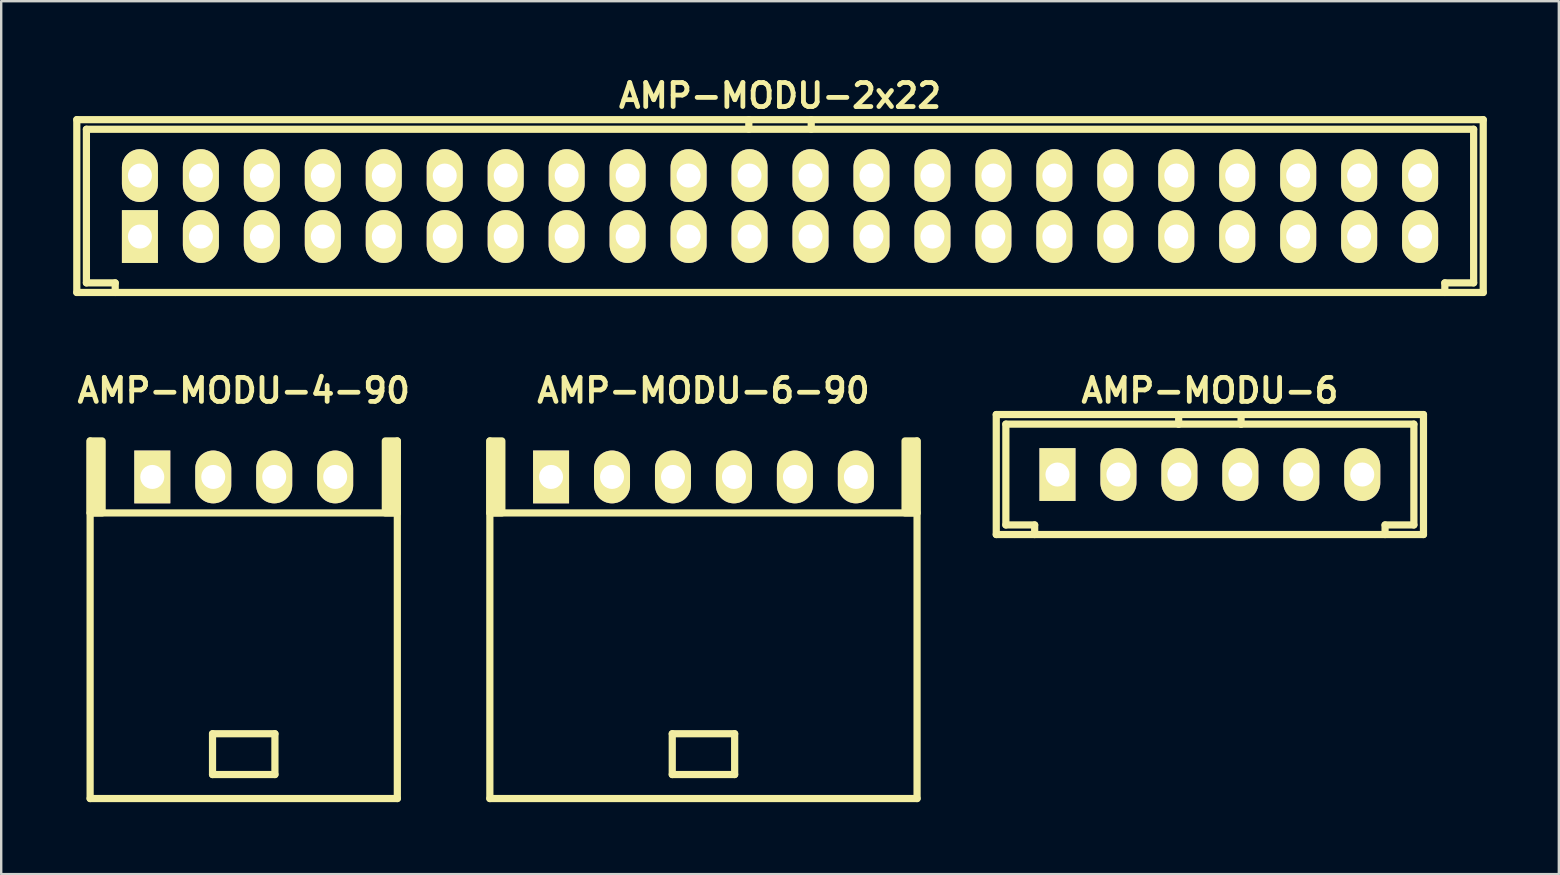
<source format=kicad_pcb>
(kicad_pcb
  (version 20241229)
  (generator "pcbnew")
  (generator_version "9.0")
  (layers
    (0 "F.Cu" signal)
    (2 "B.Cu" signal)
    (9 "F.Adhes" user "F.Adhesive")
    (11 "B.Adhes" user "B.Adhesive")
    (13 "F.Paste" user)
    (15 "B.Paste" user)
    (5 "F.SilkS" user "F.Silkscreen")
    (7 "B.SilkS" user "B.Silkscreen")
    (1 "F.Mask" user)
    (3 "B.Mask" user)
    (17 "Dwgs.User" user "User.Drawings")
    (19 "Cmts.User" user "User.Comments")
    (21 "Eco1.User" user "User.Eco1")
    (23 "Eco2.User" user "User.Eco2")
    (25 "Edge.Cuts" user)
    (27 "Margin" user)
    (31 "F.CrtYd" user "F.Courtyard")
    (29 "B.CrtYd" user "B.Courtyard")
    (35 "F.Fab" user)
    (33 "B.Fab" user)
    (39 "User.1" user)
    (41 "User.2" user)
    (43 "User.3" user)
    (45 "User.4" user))
  (footprint "AMP-MODU-6-90"
    (layer "F.Cu")
    (at 26.26 16.822)
    (property "Reference" "AMP-MODU-6-90" (at 0 -3.6 0) (layer "F.SilkS") (effects (font (size 1 1) (thickness 0.2))))
    (attr through_hole)
    (fp_line (start -8.9 -1.5) (end -8.9 13.4) (stroke (width 0.3) (type solid)) (layer "F.SilkS"))
    (fp_line (start -8.9 1.5) (end 8.9 1.5) (stroke (width 0.3) (type solid)) (layer "F.SilkS"))
    (fp_line (start -1.3 10.7) (end -1.3 12.4) (stroke (width 0.3) (type solid)) (layer "F.SilkS"))
    (fp_line (start -1.3 10.7) (end 1.3 10.7) (stroke (width 0.3) (type solid)) (layer "F.SilkS"))
    (fp_line (start -1.3 12.4) (end 1.3 12.4) (stroke (width 0.3) (type solid)) (layer "F.SilkS"))
    (fp_line (start 1.3 10.7) (end 1.3 12.4) (stroke (width 0.3) (type solid)) (layer "F.SilkS"))
    (fp_line (start 8.9 -1.5) (end 8.9 13.4) (stroke (width 0.3) (type solid)) (layer "F.SilkS"))
    (fp_line (start 8.9 13.4) (end -8.9 13.4) (stroke (width 0.3) (type solid)) (layer "F.SilkS"))
    (fp_poly (pts (xy -8.4 1.5) (xy -8.9 1.5) (xy -8.9 -1.5) (xy -8.4 -1.5)) (stroke (width 0.3) (type solid)) (fill yes) (layer "F.SilkS"))
    (fp_poly (pts (xy 8.9 1.5) (xy 8.4 1.5) (xy 8.4 -1.5) (xy 8.9 -1.5)) (stroke (width 0.3) (type solid)) (fill yes) (layer "F.SilkS"))
    (pad "1" thru_hole rect (at -6.35 0) (size 1.5 2.2) (drill 1) (layers "*.Cu" "*.Mask" "F.SilkS"))
    (pad "2" thru_hole oval (at -3.81 0) (size 1.5 2.2) (drill 1) (layers "*.Cu" "*.Mask" "F.SilkS"))
    (pad "3" thru_hole oval (at -1.27 0) (size 1.5 2.2) (drill 1) (layers "*.Cu" "*.Mask" "F.SilkS"))
    (pad "4" thru_hole oval (at 1.27 0) (size 1.5 2.2) (drill 1) (layers "*.Cu" "*.Mask" "F.SilkS"))
    (pad "5" thru_hole oval (at 3.81 0) (size 1.5 2.2) (drill 1) (layers "*.Cu" "*.Mask" "F.SilkS"))
    (pad "6" thru_hole oval (at 6.35 0) (size 1.5 2.2) (drill 1) (layers "*.Cu" "*.Mask" "F.SilkS")))
  (footprint "AMP-MODU-4-90"
    (layer "F.Cu")
    (at 7.105 16.822)
    (property "Reference" "AMP-MODU-4-90" (at 0 -3.6 0) (layer "F.SilkS") (effects (font (size 1 1) (thickness 0.2))))
    (attr through_hole)
    (fp_line (start -6.4 -1.5) (end -6.4 13.4) (stroke (width 0.3) (type solid)) (layer "F.SilkS"))
    (fp_line (start -6.4 1.5) (end 6.4 1.5) (stroke (width 0.3) (type solid)) (layer "F.SilkS"))
    (fp_line (start -1.3 10.7) (end -1.3 12.4) (stroke (width 0.3) (type solid)) (layer "F.SilkS"))
    (fp_line (start -1.3 10.7) (end 1.3 10.7) (stroke (width 0.3) (type solid)) (layer "F.SilkS"))
    (fp_line (start -1.3 12.4) (end 1.3 12.4) (stroke (width 0.3) (type solid)) (layer "F.SilkS"))
    (fp_line (start 1.3 10.7) (end 1.3 12.4) (stroke (width 0.3) (type solid)) (layer "F.SilkS"))
    (fp_line (start 6.4 -1.5) (end 6.4 13.4) (stroke (width 0.3) (type solid)) (layer "F.SilkS"))
    (fp_line (start 6.4 13.4) (end -6.4 13.4) (stroke (width 0.3) (type solid)) (layer "F.SilkS"))
    (fp_poly (pts (xy -5.9 1.5) (xy -6.4 1.5) (xy -6.4 -1.5) (xy -5.9 -1.5)) (stroke (width 0.3) (type solid)) (fill yes) (layer "F.SilkS"))
    (fp_poly (pts (xy 6.4 1.5) (xy 5.9 1.5) (xy 5.9 -1.5) (xy 6.4 -1.5)) (stroke (width 0.3) (type solid)) (fill yes) (layer "F.SilkS"))
    (pad "1" thru_hole rect (at -3.81 0) (size 1.5 2.2) (drill 1) (layers "*.Cu" "*.Mask" "F.SilkS"))
    (pad "2" thru_hole oval (at -1.27 0) (size 1.5 2.2) (drill 1) (layers "*.Cu" "*.Mask" "F.SilkS"))
    (pad "3" thru_hole oval (at 1.27 0) (size 1.5 2.2) (drill 1) (layers "*.Cu" "*.Mask" "F.SilkS"))
    (pad "4" thru_hole oval (at 3.81 0) (size 1.5 2.2) (drill 1) (layers "*.Cu" "*.Mask" "F.SilkS")))
  (footprint "AMP-MODU-6"
    (layer "F.Cu")
    (at 47.36 16.722)
    (property "Reference" "AMP-MODU-6" (at 0 -3.5 0) (layer "F.SilkS") (effects (font (size 1 1) (thickness 0.2))))
    (attr through_hole)
    (fp_line (start -8.9 2.5) (end -8.9 -2.5) (stroke (width 0.3) (type solid)) (layer "F.SilkS"))
    (fp_line (start -8.5 -2.1) (end -8.5 2.1) (stroke (width 0.3) (type solid)) (layer "F.SilkS"))
    (fp_line (start -7.3 2.1) (end -8.5 2.1) (stroke (width 0.3) (type solid)) (layer "F.SilkS"))
    (fp_line (start -7.3 2.1) (end -7.3 2.5) (stroke (width 0.3) (type solid)) (layer "F.SilkS"))
    (fp_line (start -1.3 -2.1) (end -8.5 -2.1) (stroke (width 0.3) (type solid)) (layer "F.SilkS"))
    (fp_line (start -1.3 -2.1) (end -1.3 -2.5) (stroke (width 0.3) (type solid)) (layer "F.SilkS"))
    (fp_line (start -1.3 -2.1) (end 1.3 -2.1) (stroke (width 0.3) (type solid)) (layer "F.SilkS"))
    (fp_line (start 1.3 -2.5) (end 1.3 -2.1) (stroke (width 0.3) (type solid)) (layer "F.SilkS"))
    (fp_line (start 7.3 2.5) (end 7.3 2.1) (stroke (width 0.3) (type solid)) (layer "F.SilkS"))
    (fp_line (start 8.5 -2.1) (end 1.3 -2.1) (stroke (width 0.3) (type solid)) (layer "F.SilkS"))
    (fp_line (start 8.5 2.1) (end 7.3 2.1) (stroke (width 0.3) (type solid)) (layer "F.SilkS"))
    (fp_line (start 8.5 2.1) (end 8.5 -2.1) (stroke (width 0.3) (type solid)) (layer "F.SilkS"))
    (fp_line (start 8.9 -2.5) (end -8.9 -2.5) (stroke (width 0.3) (type solid)) (layer "F.SilkS"))
    (fp_line (start 8.9 -2.5) (end 8.9 2.5) (stroke (width 0.3) (type solid)) (layer "F.SilkS"))
    (fp_line (start 8.9 2.5) (end -8.9 2.5) (stroke (width 0.3) (type solid)) (layer "F.SilkS"))
    (pad "1" thru_hole rect (at -6.35 0) (size 1.5 2.2) (drill 1) (layers "*.Cu" "*.Mask" "F.SilkS"))
    (pad "2" thru_hole oval (at -3.81 0) (size 1.5 2.2) (drill 1) (layers "*.Cu" "*.Mask" "F.SilkS"))
    (pad "3" thru_hole oval (at -1.27 0) (size 1.5 2.2) (drill 1) (layers "*.Cu" "*.Mask" "F.SilkS"))
    (pad "4" thru_hole oval (at 1.27 0) (size 1.5 2.2) (drill 1) (layers "*.Cu" "*.Mask" "F.SilkS"))
    (pad "5" thru_hole oval (at 3.81 0) (size 1.5 2.2) (drill 1) (layers "*.Cu" "*.Mask" "F.SilkS"))
    (pad "6" thru_hole oval (at 6.35 0) (size 1.5 2.2) (drill 1) (layers "*.Cu" "*.Mask" "F.SilkS")))
  (footprint "AMP-MODU-2x22"
    (layer "F.Cu")
    (at 29.45 5.536)
    (property "Reference" "AMP-MODU-2x22" (at 0 -4.6 0) (layer "F.SilkS") (effects (font (size 1 1) (thickness 0.2))))
    (attr through_hole)
    (fp_line (start -29.3 -3.6) (end 29.3 -3.6) (stroke (width 0.3) (type solid)) (layer "F.SilkS"))
    (fp_line (start -29.3 3.6) (end -29.3 -3.6) (stroke (width 0.3) (type solid)) (layer "F.SilkS"))
    (fp_line (start -28.9 -3.2) (end -28.9 3.2) (stroke (width 0.3) (type solid)) (layer "F.SilkS"))
    (fp_line (start -27.7 3.2) (end -28.9 3.2) (stroke (width 0.3) (type solid)) (layer "F.SilkS"))
    (fp_line (start -27.7 3.2) (end -27.7 3.6) (stroke (width 0.3) (type solid)) (layer "F.SilkS"))
    (fp_line (start -1.3 -3.2) (end -1.3 -3.6) (stroke (width 0.3) (type solid)) (layer "F.SilkS"))
    (fp_line (start 1.3 -3.6) (end 1.3 -3.2) (stroke (width 0.3) (type solid)) (layer "F.SilkS"))
    (fp_line (start 27.7 3.6) (end 27.7 3.2) (stroke (width 0.3) (type solid)) (layer "F.SilkS"))
    (fp_line (start 28.9 -3.2) (end -28.9 -3.2) (stroke (width 0.3) (type solid)) (layer "F.SilkS"))
    (fp_line (start 28.9 3.2) (end 27.7 3.2) (stroke (width 0.3) (type solid)) (layer "F.SilkS"))
    (fp_line (start 28.9 3.2) (end 28.9 -3.2) (stroke (width 0.3) (type solid)) (layer "F.SilkS"))
    (fp_line (start 29.3 -3.6) (end 29.3 3.6) (stroke (width 0.3) (type solid)) (layer "F.SilkS"))
    (fp_line (start 29.3 3.6) (end -29.3 3.6) (stroke (width 0.3) (type solid)) (layer "F.SilkS"))
    (pad "1" thru_hole rect (at -26.67 1.27) (size 1.5 2.2) (drill 1) (layers "*.Cu" "*.Mask" "F.SilkS"))
    (pad "2" thru_hole oval (at -26.67 -1.27) (size 1.5 2.2) (drill 1) (layers "*.Cu" "*.Mask" "F.SilkS"))
    (pad "3" thru_hole oval (at -24.13 1.27) (size 1.5 2.2) (drill 1) (layers "*.Cu" "*.Mask" "F.SilkS"))
    (pad "4" thru_hole oval (at -24.13 -1.27) (size 1.5 2.2) (drill 1) (layers "*.Cu" "*.Mask" "F.SilkS"))
    (pad "5" thru_hole oval (at -21.59 1.27) (size 1.5 2.2) (drill 1) (layers "*.Cu" "*.Mask" "F.SilkS"))
    (pad "6" thru_hole oval (at -21.59 -1.27) (size 1.5 2.2) (drill 1) (layers "*.Cu" "*.Mask" "F.SilkS"))
    (pad "7" thru_hole oval (at -19.05 1.27) (size 1.5 2.2) (drill 1) (layers "*.Cu" "*.Mask" "F.SilkS"))
    (pad "8" thru_hole oval (at -19.05 -1.27) (size 1.5 2.2) (drill 1) (layers "*.Cu" "*.Mask" "F.SilkS"))
    (pad "9" thru_hole oval (at -16.51 1.27) (size 1.5 2.2) (drill 1) (layers "*.Cu" "*.Mask" "F.SilkS"))
    (pad "10" thru_hole oval (at -16.51 -1.27) (size 1.5 2.2) (drill 1) (layers "*.Cu" "*.Mask" "F.SilkS"))
    (pad "11" thru_hole oval (at -13.97 1.27) (size 1.5 2.2) (drill 1) (layers "*.Cu" "*.Mask" "F.SilkS"))
    (pad "12" thru_hole oval (at -13.97 -1.27) (size 1.5 2.2) (drill 1) (layers "*.Cu" "*.Mask" "F.SilkS"))
    (pad "13" thru_hole oval (at -11.43 1.27) (size 1.5 2.2) (drill 1) (layers "*.Cu" "*.Mask" "F.SilkS"))
    (pad "14" thru_hole oval (at -11.43 -1.27) (size 1.5 2.2) (drill 1) (layers "*.Cu" "*.Mask" "F.SilkS"))
    (pad "15" thru_hole oval (at -8.89 1.27) (size 1.5 2.2) (drill 1) (layers "*.Cu" "*.Mask" "F.SilkS"))
    (pad "16" thru_hole oval (at -8.89 -1.27) (size 1.5 2.2) (drill 1) (layers "*.Cu" "*.Mask" "F.SilkS"))
    (pad "17" thru_hole oval (at -6.35 1.27) (size 1.5 2.2) (drill 1) (layers "*.Cu" "*.Mask" "F.SilkS"))
    (pad "18" thru_hole oval (at -6.35 -1.27) (size 1.5 2.2) (drill 1) (layers "*.Cu" "*.Mask" "F.SilkS"))
    (pad "19" thru_hole oval (at -3.81 1.27) (size 1.5 2.2) (drill 1) (layers "*.Cu" "*.Mask" "F.SilkS"))
    (pad "20" thru_hole oval (at -3.81 -1.27) (size 1.5 2.2) (drill 1) (layers "*.Cu" "*.Mask" "F.SilkS"))
    (pad "21" thru_hole oval (at -1.27 1.27) (size 1.5 2.2) (drill 1) (layers "*.Cu" "*.Mask" "F.SilkS"))
    (pad "22" thru_hole oval (at -1.27 -1.27) (size 1.5 2.2) (drill 1) (layers "*.Cu" "*.Mask" "F.SilkS"))
    (pad "23" thru_hole oval (at 1.27 1.27) (size 1.5 2.2) (drill 1) (layers "*.Cu" "*.Mask" "F.SilkS"))
    (pad "24" thru_hole oval (at 1.27 -1.27) (size 1.5 2.2) (drill 1) (layers "*.Cu" "*.Mask" "F.SilkS"))
    (pad "25" thru_hole oval (at 3.81 1.27) (size 1.5 2.2) (drill 1) (layers "*.Cu" "*.Mask" "F.SilkS"))
    (pad "26" thru_hole oval (at 3.81 -1.27) (size 1.5 2.2) (drill 1) (layers "*.Cu" "*.Mask" "F.SilkS"))
    (pad "27" thru_hole oval (at 6.35 1.27) (size 1.5 2.2) (drill 1) (layers "*.Cu" "*.Mask" "F.SilkS"))
    (pad "28" thru_hole oval (at 6.35 -1.27) (size 1.5 2.2) (drill 1) (layers "*.Cu" "*.Mask" "F.SilkS"))
    (pad "29" thru_hole oval (at 8.89 1.27) (size 1.5 2.2) (drill 1) (layers "*.Cu" "*.Mask" "F.SilkS"))
    (pad "30" thru_hole oval (at 8.89 -1.27) (size 1.5 2.2) (drill 1) (layers "*.Cu" "*.Mask" "F.SilkS"))
    (pad "31" thru_hole oval (at 11.43 1.27) (size 1.5 2.2) (drill 1) (layers "*.Cu" "*.Mask" "F.SilkS"))
    (pad "32" thru_hole oval (at 11.43 -1.27) (size 1.5 2.2) (drill 1) (layers "*.Cu" "*.Mask" "F.SilkS"))
    (pad "33" thru_hole oval (at 13.97 1.27) (size 1.5 2.2) (drill 1) (layers "*.Cu" "*.Mask" "F.SilkS"))
    (pad "34" thru_hole oval (at 13.97 -1.27) (size 1.5 2.2) (drill 1) (layers "*.Cu" "*.Mask" "F.SilkS"))
    (pad "35" thru_hole oval (at 16.51 1.27) (size 1.5 2.2) (drill 1) (layers "*.Cu" "*.Mask" "F.SilkS"))
    (pad "36" thru_hole oval (at 16.51 -1.27) (size 1.5 2.2) (drill 1) (layers "*.Cu" "*.Mask" "F.SilkS"))
    (pad "37" thru_hole oval (at 19.05 1.27) (size 1.5 2.2) (drill 1) (layers "*.Cu" "*.Mask" "F.SilkS"))
    (pad "38" thru_hole oval (at 19.05 -1.27) (size 1.5 2.2) (drill 1) (layers "*.Cu" "*.Mask" "F.SilkS"))
    (pad "39" thru_hole oval (at 21.59 1.27) (size 1.5 2.2) (drill 1) (layers "*.Cu" "*.Mask" "F.SilkS"))
    (pad "40" thru_hole oval (at 21.59 -1.27) (size 1.5 2.2) (drill 1) (layers "*.Cu" "*.Mask" "F.SilkS"))
    (pad "41" thru_hole oval (at 24.13 1.27) (size 1.5 2.2) (drill 1) (layers "*.Cu" "*.Mask" "F.SilkS"))
    (pad "42" thru_hole oval (at 24.13 -1.27) (size 1.5 2.2) (drill 1) (layers "*.Cu" "*.Mask" "F.SilkS"))
    (pad "43" thru_hole oval (at 26.67 1.27) (size 1.5 2.2) (drill 1) (layers "*.Cu" "*.Mask" "F.SilkS"))
    (pad "44" thru_hole oval (at 26.67 -1.27) (size 1.5 2.2) (drill 1) (layers "*.Cu" "*.Mask" "F.SilkS")))
  (gr_rect
    (start -3 -3)
    (end 61.9 33.372)
    (stroke (width 0.1) (type default))
    (fill no)
    (layer "Edge.Cuts")))
</source>
